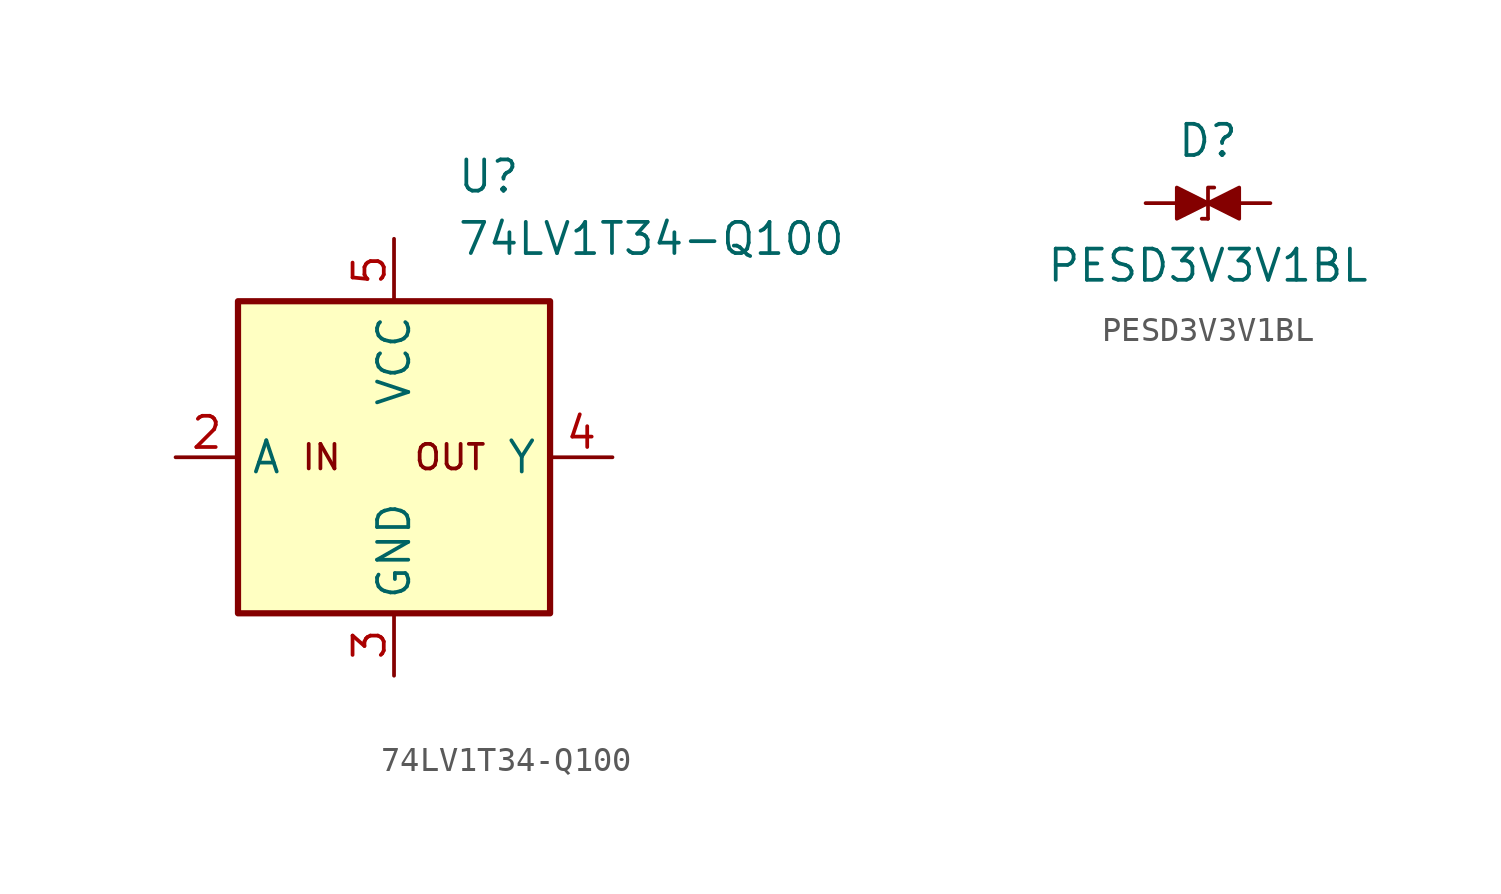
<source format=kicad_sym>
(kicad_symbol_lib
  (version 20211014)
  (generator kicad_symbol_editor)
  (symbol "74LV1T34-Q100"
    (property "Reference" "U"
      (at 2.54 11.43 0)
      (effects (font (size 1.27 1.27)) (justify left)))
    (property "Value" "74LV1T34-Q100"
      (at 2.54 8.89 0)
      (effects (font (size 1.27 1.27)) (justify left)))
    (symbol "74LV1T34-Q100_0_0"
      (rectangle (start -6.35 6.35) (end 6.35 -6.35) (stroke (width 0.254) (type default) (color 0 0 0 0)) (fill (type background)))
      (text "IN" (at -3.81 0 0) (effects (font (size 1 1)) (justify left)))
      (text "OUT" (at 3.81 0 0) (effects (font (size 1 1)) (justify right)))
      (pin no_connect line (at -6.35 -5.08 0) (length 2.54) hide (name "NC" (effects (font (size 1.27 1.27)))) (number "1" (effects (font (size 1.27 1.27)))))
      (pin input line (at -8.89 0 0) (length 2.54) (name "A" (effects (font (size 1.27 1.27)))) (number "2" (effects (font (size 1.27 1.27)))))
      (pin power_in line (at 0 -8.89 90) (length 2.54) (name "GND" (effects (font (size 1.27 1.27)))) (number "3" (effects (font (size 1.27 1.27)))))
      (pin output line (at 8.89 0 180) (length 2.54) (name "Y" (effects (font (size 1.27 1.27)))) (number "4" (effects (font (size 1.27 1.27)))))
      (pin power_in line (at 0 8.89 270) (length 2.54) (name "VCC" (effects (font (size 1.27 1.27)))) (number "5" (effects (font (size 1.27 1.27)))))))
  (symbol "PESD3V3V1BL"
    (pin_numbers hide)
    (pin_names hide)
    (property "Reference" "D"
      (at 0 2.54 0)
      (effects (font (size 1.27 1.27))))
    (property "Value" "PESD3V3V1BL"
      (at 0 -2.54 0)
      (effects (font (size 1.27 1.27))))
    (symbol "PESD3V3V1BL_0_1"
      (polyline (pts (xy 0 -0.635) (xy -0.254 -0.635)) (stroke (width 0) (type default) (color 0 0 0 0)) (fill (type none))))
    (symbol "PESD3V3V1BL_1_1"
      (polyline (pts (xy 0 -0.635) (xy 0 0.635) (xy 0.254 0.635)) (stroke (width 0) (type default) (color 0 0 0 0)) (fill (type none)))
      (polyline (pts (xy 0 0) (xy -1.27 -0.635) (xy -1.27 0.635) (xy 0 0)) (stroke (width 0) (type default) (color 0 0 0 0)) (fill (type outline)))
      (polyline (pts (xy 0 0) (xy 1.27 0.635) (xy 1.27 -0.635) (xy 0 0)) (stroke (width 0) (type default) (color 0 0 0 0)) (fill (type outline)))
      (pin passive line (at -2.54 0 0) (length 2.54) (name "A1" (effects (font (size 1.27 1.27)))) (number "1" (effects (font (size 1.27 1.27)))))
      (pin passive line (at 2.54 0 180) (length 2.54) (name "A2" (effects (font (size 1.27 1.27)))) (number "2" (effects (font (size 1.27 1.27))))))))
</source>
